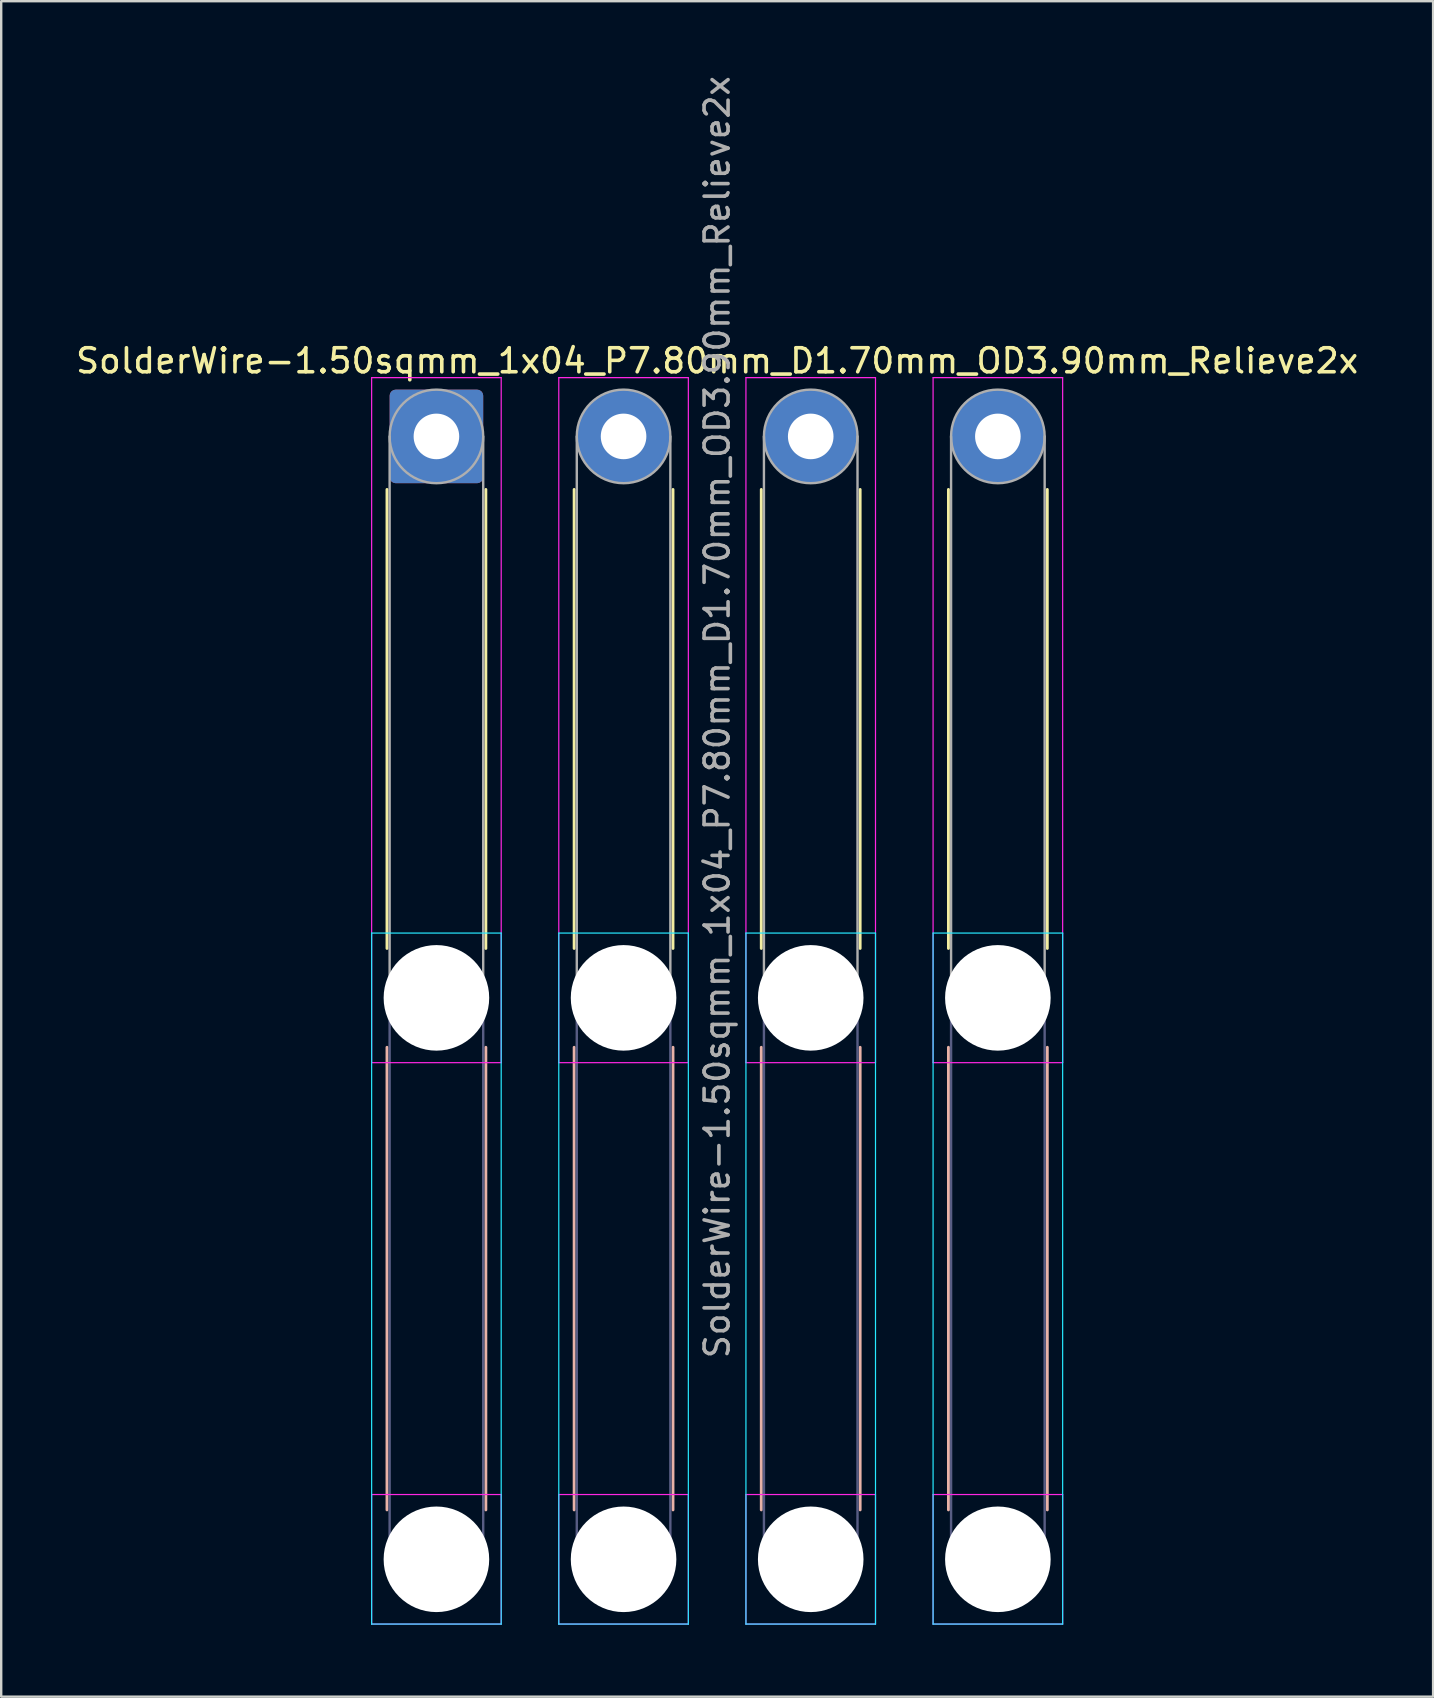
<source format=kicad_pcb>
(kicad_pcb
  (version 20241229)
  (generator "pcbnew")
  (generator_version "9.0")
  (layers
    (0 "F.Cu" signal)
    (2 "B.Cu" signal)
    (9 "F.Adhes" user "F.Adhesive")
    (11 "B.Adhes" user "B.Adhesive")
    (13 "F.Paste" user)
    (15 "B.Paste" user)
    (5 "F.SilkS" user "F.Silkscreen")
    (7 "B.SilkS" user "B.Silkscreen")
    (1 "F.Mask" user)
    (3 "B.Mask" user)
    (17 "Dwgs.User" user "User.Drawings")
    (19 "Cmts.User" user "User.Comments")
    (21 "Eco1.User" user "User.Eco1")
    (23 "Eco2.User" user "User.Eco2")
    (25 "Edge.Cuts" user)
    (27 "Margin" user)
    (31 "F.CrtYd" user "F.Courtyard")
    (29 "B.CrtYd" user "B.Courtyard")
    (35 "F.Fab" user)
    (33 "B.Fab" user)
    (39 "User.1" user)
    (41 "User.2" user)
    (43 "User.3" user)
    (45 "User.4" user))
  (footprint "SolderWire-1.50sqmm_1x04_P7.80mm_D1.70mm_OD3.90mm_Relieve2x"
    (layer "F.Cu")
    (at 15.139 15.139)
    (property "Reference" "SolderWire-1.50sqmm_1x04_P7.80mm_D1.70mm_OD3.90mm_Relieve2x" (at 11.7 -3.15 0) (layer "F.SilkS") (effects (font (size 1 1) (thickness 0.15))))
    (attr exclude_from_pos_files exclude_from_bom)
    (fp_line (start -2.06 2.21) (end -2.06 21.34) (stroke (width 0.12) (type solid)) (layer "F.SilkS"))
    (fp_line (start 2.06 2.21) (end 2.06 21.34) (stroke (width 0.12) (type solid)) (layer "F.SilkS"))
    (fp_line (start 5.74 2.21) (end 5.74 21.34) (stroke (width 0.12) (type solid)) (layer "F.SilkS"))
    (fp_line (start 9.86 2.21) (end 9.86 21.34) (stroke (width 0.12) (type solid)) (layer "F.SilkS"))
    (fp_line (start 13.54 2.21) (end 13.54 21.34) (stroke (width 0.12) (type solid)) (layer "F.SilkS"))
    (fp_line (start 17.66 2.21) (end 17.66 21.34) (stroke (width 0.12) (type solid)) (layer "F.SilkS"))
    (fp_line (start 21.34 2.21) (end 21.34 21.34) (stroke (width 0.12) (type solid)) (layer "F.SilkS"))
    (fp_line (start 25.46 2.21) (end 25.46 21.34) (stroke (width 0.12) (type solid)) (layer "F.SilkS"))
    (fp_line (start -2.06 25.46) (end -2.06 44.74) (stroke (width 0.12) (type solid)) (layer "B.SilkS"))
    (fp_line (start 2.06 25.46) (end 2.06 44.74) (stroke (width 0.12) (type solid)) (layer "B.SilkS"))
    (fp_line (start 5.74 25.46) (end 5.74 44.74) (stroke (width 0.12) (type solid)) (layer "B.SilkS"))
    (fp_line (start 9.86 25.46) (end 9.86 44.74) (stroke (width 0.12) (type solid)) (layer "B.SilkS"))
    (fp_line (start 13.54 25.46) (end 13.54 44.74) (stroke (width 0.12) (type solid)) (layer "B.SilkS"))
    (fp_line (start 17.66 25.46) (end 17.66 44.74) (stroke (width 0.12) (type solid)) (layer "B.SilkS"))
    (fp_line (start 21.34 25.46) (end 21.34 44.74) (stroke (width 0.12) (type solid)) (layer "B.SilkS"))
    (fp_line (start 25.46 25.46) (end 25.46 44.74) (stroke (width 0.12) (type solid)) (layer "B.SilkS"))
    (fp_line (start -2.7 20.7) (end -2.7 49.5) (stroke (width 0.05) (type solid)) (layer "B.CrtYd"))
    (fp_line (start -2.7 49.5) (end 2.7 49.5) (stroke (width 0.05) (type solid)) (layer "B.CrtYd"))
    (fp_line (start 2.7 20.7) (end -2.7 20.7) (stroke (width 0.05) (type solid)) (layer "B.CrtYd"))
    (fp_line (start 2.7 49.5) (end 2.7 20.7) (stroke (width 0.05) (type solid)) (layer "B.CrtYd"))
    (fp_line (start 5.1 20.7) (end 5.1 49.5) (stroke (width 0.05) (type solid)) (layer "B.CrtYd"))
    (fp_line (start 5.1 49.5) (end 10.5 49.5) (stroke (width 0.05) (type solid)) (layer "B.CrtYd"))
    (fp_line (start 10.5 20.7) (end 5.1 20.7) (stroke (width 0.05) (type solid)) (layer "B.CrtYd"))
    (fp_line (start 10.5 49.5) (end 10.5 20.7) (stroke (width 0.05) (type solid)) (layer "B.CrtYd"))
    (fp_line (start 12.9 20.7) (end 12.9 49.5) (stroke (width 0.05) (type solid)) (layer "B.CrtYd"))
    (fp_line (start 12.9 49.5) (end 18.3 49.5) (stroke (width 0.05) (type solid)) (layer "B.CrtYd"))
    (fp_line (start 18.3 20.7) (end 12.9 20.7) (stroke (width 0.05) (type solid)) (layer "B.CrtYd"))
    (fp_line (start 18.3 49.5) (end 18.3 20.7) (stroke (width 0.05) (type solid)) (layer "B.CrtYd"))
    (fp_line (start 20.7 20.7) (end 20.7 49.5) (stroke (width 0.05) (type solid)) (layer "B.CrtYd"))
    (fp_line (start 20.7 49.5) (end 26.1 49.5) (stroke (width 0.05) (type solid)) (layer "B.CrtYd"))
    (fp_line (start 26.1 20.7) (end 20.7 20.7) (stroke (width 0.05) (type solid)) (layer "B.CrtYd"))
    (fp_line (start 26.1 49.5) (end 26.1 20.7) (stroke (width 0.05) (type solid)) (layer "B.CrtYd"))
    (fp_line (start -2.7 -2.45) (end -2.7 26.1) (stroke (width 0.05) (type solid)) (layer "F.CrtYd"))
    (fp_line (start -2.7 26.1) (end 2.7 26.1) (stroke (width 0.05) (type solid)) (layer "F.CrtYd"))
    (fp_line (start -2.7 44.1) (end -2.7 49.5) (stroke (width 0.05) (type solid)) (layer "F.CrtYd"))
    (fp_line (start -2.7 49.5) (end 2.7 49.5) (stroke (width 0.05) (type solid)) (layer "F.CrtYd"))
    (fp_line (start 2.7 -2.45) (end -2.7 -2.45) (stroke (width 0.05) (type solid)) (layer "F.CrtYd"))
    (fp_line (start 2.7 26.1) (end 2.7 -2.45) (stroke (width 0.05) (type solid)) (layer "F.CrtYd"))
    (fp_line (start 2.7 44.1) (end -2.7 44.1) (stroke (width 0.05) (type solid)) (layer "F.CrtYd"))
    (fp_line (start 2.7 49.5) (end 2.7 44.1) (stroke (width 0.05) (type solid)) (layer "F.CrtYd"))
    (fp_line (start 5.1 -2.45) (end 5.1 26.1) (stroke (width 0.05) (type solid)) (layer "F.CrtYd"))
    (fp_line (start 5.1 26.1) (end 10.5 26.1) (stroke (width 0.05) (type solid)) (layer "F.CrtYd"))
    (fp_line (start 5.1 44.1) (end 5.1 49.5) (stroke (width 0.05) (type solid)) (layer "F.CrtYd"))
    (fp_line (start 5.1 49.5) (end 10.5 49.5) (stroke (width 0.05) (type solid)) (layer "F.CrtYd"))
    (fp_line (start 10.5 -2.45) (end 5.1 -2.45) (stroke (width 0.05) (type solid)) (layer "F.CrtYd"))
    (fp_line (start 10.5 26.1) (end 10.5 -2.45) (stroke (width 0.05) (type solid)) (layer "F.CrtYd"))
    (fp_line (start 10.5 44.1) (end 5.1 44.1) (stroke (width 0.05) (type solid)) (layer "F.CrtYd"))
    (fp_line (start 10.5 49.5) (end 10.5 44.1) (stroke (width 0.05) (type solid)) (layer "F.CrtYd"))
    (fp_line (start 12.9 -2.45) (end 12.9 26.1) (stroke (width 0.05) (type solid)) (layer "F.CrtYd"))
    (fp_line (start 12.9 26.1) (end 18.3 26.1) (stroke (width 0.05) (type solid)) (layer "F.CrtYd"))
    (fp_line (start 12.9 44.1) (end 12.9 49.5) (stroke (width 0.05) (type solid)) (layer "F.CrtYd"))
    (fp_line (start 12.9 49.5) (end 18.3 49.5) (stroke (width 0.05) (type solid)) (layer "F.CrtYd"))
    (fp_line (start 18.3 -2.45) (end 12.9 -2.45) (stroke (width 0.05) (type solid)) (layer "F.CrtYd"))
    (fp_line (start 18.3 26.1) (end 18.3 -2.45) (stroke (width 0.05) (type solid)) (layer "F.CrtYd"))
    (fp_line (start 18.3 44.1) (end 12.9 44.1) (stroke (width 0.05) (type solid)) (layer "F.CrtYd"))
    (fp_line (start 18.3 49.5) (end 18.3 44.1) (stroke (width 0.05) (type solid)) (layer "F.CrtYd"))
    (fp_line (start 20.7 -2.45) (end 20.7 26.1) (stroke (width 0.05) (type solid)) (layer "F.CrtYd"))
    (fp_line (start 20.7 26.1) (end 26.1 26.1) (stroke (width 0.05) (type solid)) (layer "F.CrtYd"))
    (fp_line (start 20.7 44.1) (end 20.7 49.5) (stroke (width 0.05) (type solid)) (layer "F.CrtYd"))
    (fp_line (start 20.7 49.5) (end 26.1 49.5) (stroke (width 0.05) (type solid)) (layer "F.CrtYd"))
    (fp_line (start 26.1 -2.45) (end 20.7 -2.45) (stroke (width 0.05) (type solid)) (layer "F.CrtYd"))
    (fp_line (start 26.1 26.1) (end 26.1 -2.45) (stroke (width 0.05) (type solid)) (layer "F.CrtYd"))
    (fp_line (start 26.1 44.1) (end 20.7 44.1) (stroke (width 0.05) (type solid)) (layer "F.CrtYd"))
    (fp_line (start 26.1 49.5) (end 26.1 44.1) (stroke (width 0.05) (type solid)) (layer "F.CrtYd"))
    (fp_line (start -1.95 23.4) (end -1.95 46.8) (stroke (width 0.1) (type solid)) (layer "B.Fab"))
    (fp_line (start 1.95 23.4) (end 1.95 46.8) (stroke (width 0.1) (type solid)) (layer "B.Fab"))
    (fp_line (start 5.85 23.4) (end 5.85 46.8) (stroke (width 0.1) (type solid)) (layer "B.Fab"))
    (fp_line (start 9.75 23.4) (end 9.75 46.8) (stroke (width 0.1) (type solid)) (layer "B.Fab"))
    (fp_line (start 13.65 23.4) (end 13.65 46.8) (stroke (width 0.1) (type solid)) (layer "B.Fab"))
    (fp_line (start 17.55 23.4) (end 17.55 46.8) (stroke (width 0.1) (type solid)) (layer "B.Fab"))
    (fp_line (start 21.45 23.4) (end 21.45 46.8) (stroke (width 0.1) (type solid)) (layer "B.Fab"))
    (fp_line (start 25.35 23.4) (end 25.35 46.8) (stroke (width 0.1) (type solid)) (layer "B.Fab"))
    (fp_circle (center 0 23.4) (end 1.95 23.4) (stroke (width 0.1) (type solid)) (fill no) (layer "B.Fab"))
    (fp_circle (center 0 46.8) (end 1.95 46.8) (stroke (width 0.1) (type solid)) (fill no) (layer "B.Fab"))
    (fp_circle (center 7.8 23.4) (end 9.75 23.4) (stroke (width 0.1) (type solid)) (fill no) (layer "B.Fab"))
    (fp_circle (center 7.8 46.8) (end 9.75 46.8) (stroke (width 0.1) (type solid)) (fill no) (layer "B.Fab"))
    (fp_circle (center 15.6 23.4) (end 17.55 23.4) (stroke (width 0.1) (type solid)) (fill no) (layer "B.Fab"))
    (fp_circle (center 15.6 46.8) (end 17.55 46.8) (stroke (width 0.1) (type solid)) (fill no) (layer "B.Fab"))
    (fp_circle (center 23.4 23.4) (end 25.35 23.4) (stroke (width 0.1) (type solid)) (fill no) (layer "B.Fab"))
    (fp_circle (center 23.4 46.8) (end 25.35 46.8) (stroke (width 0.1) (type solid)) (fill no) (layer "B.Fab"))
    (fp_line (start -1.95 0) (end -1.95 23.4) (stroke (width 0.1) (type solid)) (layer "F.Fab"))
    (fp_line (start 1.95 0) (end 1.95 23.4) (stroke (width 0.1) (type solid)) (layer "F.Fab"))
    (fp_line (start 5.85 0) (end 5.85 23.4) (stroke (width 0.1) (type solid)) (layer "F.Fab"))
    (fp_line (start 9.75 0) (end 9.75 23.4) (stroke (width 0.1) (type solid)) (layer "F.Fab"))
    (fp_line (start 13.65 0) (end 13.65 23.4) (stroke (width 0.1) (type solid)) (layer "F.Fab"))
    (fp_line (start 17.55 0) (end 17.55 23.4) (stroke (width 0.1) (type solid)) (layer "F.Fab"))
    (fp_line (start 21.45 0) (end 21.45 23.4) (stroke (width 0.1) (type solid)) (layer "F.Fab"))
    (fp_line (start 25.35 0) (end 25.35 23.4) (stroke (width 0.1) (type solid)) (layer "F.Fab"))
    (fp_circle (center 0 0) (end 1.95 0) (stroke (width 0.1) (type solid)) (fill no) (layer "F.Fab"))
    (fp_circle (center 0 23.4) (end 1.95 23.4) (stroke (width 0.1) (type solid)) (fill no) (layer "F.Fab"))
    (fp_circle (center 0 46.8) (end 1.95 46.8) (stroke (width 0.1) (type solid)) (fill no) (layer "F.Fab"))
    (fp_circle (center 7.8 0) (end 9.75 0) (stroke (width 0.1) (type solid)) (fill no) (layer "F.Fab"))
    (fp_circle (center 7.8 23.4) (end 9.75 23.4) (stroke (width 0.1) (type solid)) (fill no) (layer "F.Fab"))
    (fp_circle (center 7.8 46.8) (end 9.75 46.8) (stroke (width 0.1) (type solid)) (fill no) (layer "F.Fab"))
    (fp_circle (center 15.6 0) (end 17.55 0) (stroke (width 0.1) (type solid)) (fill no) (layer "F.Fab"))
    (fp_circle (center 15.6 23.4) (end 17.55 23.4) (stroke (width 0.1) (type solid)) (fill no) (layer "F.Fab"))
    (fp_circle (center 15.6 46.8) (end 17.55 46.8) (stroke (width 0.1) (type solid)) (fill no) (layer "F.Fab"))
    (fp_circle (center 23.4 0) (end 25.35 0) (stroke (width 0.1) (type solid)) (fill no) (layer "F.Fab"))
    (fp_circle (center 23.4 23.4) (end 25.35 23.4) (stroke (width 0.1) (type solid)) (fill no) (layer "F.Fab"))
    (fp_circle (center 23.4 46.8) (end 25.35 46.8) (stroke (width 0.1) (type solid)) (fill no) (layer "F.Fab"))
    (fp_text user "${REFERENCE}" (at 11.7 11.7 90) (layer "F.Fab") (effects (font (size 1 1) (thickness 0.15))))
    (pad "" np_thru_hole circle (at 0 23.4) (size 4.4 4.4) (drill 4.4) (layers "*.Cu" "*.Mask"))
    (pad "" np_thru_hole circle (at 0 46.8) (size 4.4 4.4) (drill 4.4) (layers "*.Cu" "*.Mask"))
    (pad "" np_thru_hole circle (at 7.8 23.4) (size 4.4 4.4) (drill 4.4) (layers "*.Cu" "*.Mask"))
    (pad "" np_thru_hole circle (at 7.8 46.8) (size 4.4 4.4) (drill 4.4) (layers "*.Cu" "*.Mask"))
    (pad "" np_thru_hole circle (at 15.6 23.4) (size 4.4 4.4) (drill 4.4) (layers "*.Cu" "*.Mask"))
    (pad "" np_thru_hole circle (at 15.6 46.8) (size 4.4 4.4) (drill 4.4) (layers "*.Cu" "*.Mask"))
    (pad "" np_thru_hole circle (at 23.4 23.4) (size 4.4 4.4) (drill 4.4) (layers "*.Cu" "*.Mask"))
    (pad "" np_thru_hole circle (at 23.4 46.8) (size 4.4 4.4) (drill 4.4) (layers "*.Cu" "*.Mask"))
    (pad "1" thru_hole roundrect (at 0 0) (size 3.9 3.9) (drill 1.9) (layers "*.Cu" "*.Mask") (roundrect_rratio 0.064))
    (pad "2" thru_hole circle (at 7.8 0) (size 3.9 3.9) (drill 1.9) (layers "*.Cu" "*.Mask"))
    (pad "3" thru_hole circle (at 15.6 0) (size 3.9 3.9) (drill 1.9) (layers "*.Cu" "*.Mask"))
    (pad "4" thru_hole circle (at 23.4 0) (size 3.9 3.9) (drill 1.9) (layers "*.Cu" "*.Mask")))
  (gr_rect
    (start -3 -3)
    (end 56.679 67.664)
    (stroke (width 0.1) (type default))
    (fill no)
    (layer "Edge.Cuts")))
</source>
